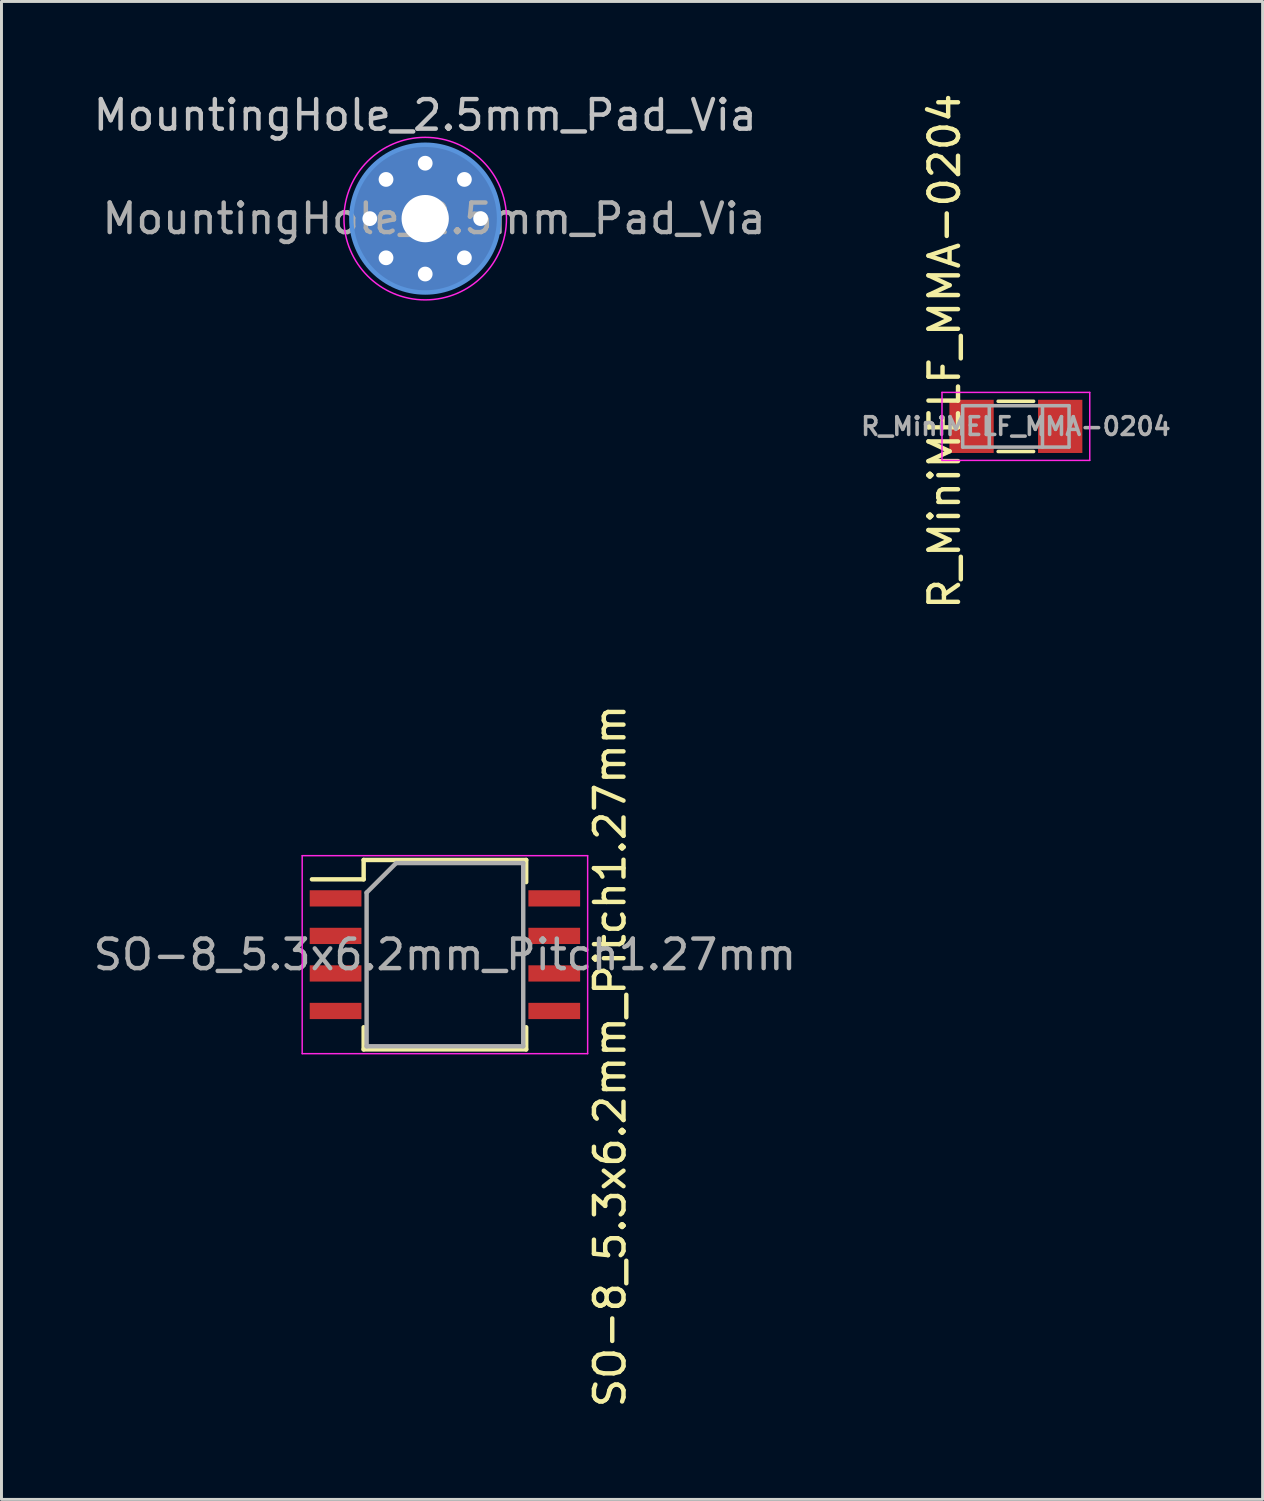
<source format=kicad_pcb>
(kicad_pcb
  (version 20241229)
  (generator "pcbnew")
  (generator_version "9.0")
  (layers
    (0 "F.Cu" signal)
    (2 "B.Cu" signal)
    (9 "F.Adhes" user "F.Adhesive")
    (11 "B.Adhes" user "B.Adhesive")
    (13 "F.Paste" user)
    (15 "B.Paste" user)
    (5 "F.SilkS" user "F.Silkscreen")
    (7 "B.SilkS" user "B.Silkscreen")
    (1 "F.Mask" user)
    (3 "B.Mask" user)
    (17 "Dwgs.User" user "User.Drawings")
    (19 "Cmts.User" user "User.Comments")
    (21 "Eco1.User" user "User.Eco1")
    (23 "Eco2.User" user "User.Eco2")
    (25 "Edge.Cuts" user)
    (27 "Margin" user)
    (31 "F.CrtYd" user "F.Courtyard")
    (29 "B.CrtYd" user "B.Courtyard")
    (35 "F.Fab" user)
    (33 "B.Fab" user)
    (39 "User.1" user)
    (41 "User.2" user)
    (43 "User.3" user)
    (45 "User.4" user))
  (footprint "MountingHole_2.5mm_Pad_Via"
    (layer "F.Cu")
    (at 11.339 4.348)
    (property "Reference" "MountingHole_2.5mm_Pad_Via" (at 0 -3.5 0) (layer "Dwgs.User") (effects (font (size 1 1) (thickness 0.15))))
    (attr exclude_from_pos_files exclude_from_bom)
    (fp_circle (center 0 0) (end 2.5 0) (stroke (width 0.15) (type solid)) (fill no) (layer "Cmts.User"))
    (fp_circle (center 0 0) (end 2.75 0) (stroke (width 0.05) (type solid)) (fill no) (layer "F.CrtYd"))
    (fp_text user "${REFERENCE}" (at 0.3 0 0) (layer "F.Fab") (effects (font (size 1 1) (thickness 0.15))))
    (pad "" thru_hole circle (at 0 0) (size 5 5) (drill 1.6) (layers "*.Cu" "*.Mask"))
    (pad "1" thru_hole circle (at -1.875 0) (size 0.8 0.8) (drill 0.5) (layers "*.Cu" "*.Mask"))
    (pad "1" thru_hole circle (at -1.326 -1.326) (size 0.8 0.8) (drill 0.5) (layers "*.Cu" "*.Mask"))
    (pad "1" thru_hole circle (at -1.326 1.326) (size 0.8 0.8) (drill 0.5) (layers "*.Cu" "*.Mask"))
    (pad "1" thru_hole circle (at 0 -1.875) (size 0.8 0.8) (drill 0.5) (layers "*.Cu" "*.Mask"))
    (pad "1" thru_hole circle (at 0 1.875) (size 0.8 0.8) (drill 0.5) (layers "*.Cu" "*.Mask"))
    (pad "1" thru_hole circle (at 1.326 -1.326) (size 0.8 0.8) (drill 0.5) (layers "*.Cu" "*.Mask"))
    (pad "1" thru_hole circle (at 1.326 1.326) (size 0.8 0.8) (drill 0.5) (layers "*.Cu" "*.Mask"))
    (pad "1" thru_hole circle (at 1.875 0) (size 0.8 0.8) (drill 0.5) (layers "*.Cu" "*.Mask")))
  (footprint "R_MiniMELF_MMA-0204"
    (layer "F.Cu")
    (at 31.327 11.379)
    (property "Reference" "R_MiniMELF_MMA-0204" (at -2.413 -2.54 90) (layer "F.SilkS") (effects (font (size 1 1) (thickness 0.15))))
    (attr smd)
    (fp_line (start -0.6 -0.85) (end 0.6 -0.85) (stroke (width 0.12) (type solid)) (layer "F.SilkS"))
    (fp_line (start 0.6 0.85) (end -0.6 0.85) (stroke (width 0.12) (type solid)) (layer "F.SilkS"))
    (fp_line (start -2.5 -1.15) (end -2.5 1.15) (stroke (width 0.05) (type solid)) (layer "F.CrtYd"))
    (fp_line (start -2.5 -1.15) (end 2.5 -1.15) (stroke (width 0.05) (type solid)) (layer "F.CrtYd"))
    (fp_line (start 2.5 1.15) (end -2.5 1.15) (stroke (width 0.05) (type solid)) (layer "F.CrtYd"))
    (fp_line (start 2.5 1.15) (end 2.5 -1.15) (stroke (width 0.05) (type solid)) (layer "F.CrtYd"))
    (fp_line (start -1.8 -0.7) (end -1.8 0.7) (stroke (width 0.12) (type solid)) (layer "F.Fab"))
    (fp_line (start -1.8 0.7) (end 1.8 0.7) (stroke (width 0.12) (type solid)) (layer "F.Fab"))
    (fp_line (start -0.9 -0.7) (end -0.9 0.7) (stroke (width 0.12) (type solid)) (layer "F.Fab"))
    (fp_line (start 0.9 0.7) (end 0.9 -0.7) (stroke (width 0.12) (type solid)) (layer "F.Fab"))
    (fp_line (start 1.8 -0.7) (end -1.8 -0.7) (stroke (width 0.12) (type solid)) (layer "F.Fab"))
    (fp_line (start 1.8 0.7) (end 1.8 -0.7) (stroke (width 0.12) (type solid)) (layer "F.Fab"))
    (fp_text user "${REFERENCE}" (at 0 0 0) (layer "F.Fab") (effects (font (size 0.6 0.6) (thickness 0.12))))
    (pad "1" smd rect (at -1.5 0) (size 1.5 1.8) (layers "F.Cu" "F.Mask" "F.Paste"))
    (pad "2" smd rect (at 1.5 0) (size 1.5 1.8) (layers "F.Cu" "F.Mask" "F.Paste")))
  (footprint "SO-8_5.3x6.2mm_Pitch1.27mm"
    (layer "F.Cu")
    (at 12.006 29.256)
    (property "Reference" "SO-8_5.3x6.2mm_Pitch1.27mm" (at 5.588 3.429 90) (layer "F.SilkS") (effects (font (size 1 1) (thickness 0.15))))
    (attr smd)
    (fp_line (start -2.75 -3.205) (end -2.75 -2.55) (stroke (width 0.15) (type solid)) (layer "F.SilkS"))
    (fp_line (start -2.75 -3.205) (end 2.75 -3.205) (stroke (width 0.15) (type solid)) (layer "F.SilkS"))
    (fp_line (start -2.75 -2.55) (end -4.5 -2.55) (stroke (width 0.15) (type solid)) (layer "F.SilkS"))
    (fp_line (start -2.75 3.205) (end -2.75 2.455) (stroke (width 0.15) (type solid)) (layer "F.SilkS"))
    (fp_line (start -2.75 3.205) (end 2.75 3.205) (stroke (width 0.15) (type solid)) (layer "F.SilkS"))
    (fp_line (start 2.75 -3.205) (end 2.75 -2.455) (stroke (width 0.15) (type solid)) (layer "F.SilkS"))
    (fp_line (start 2.75 3.205) (end 2.75 2.455) (stroke (width 0.15) (type solid)) (layer "F.SilkS"))
    (fp_line (start -4.83 -3.35) (end -4.83 3.35) (stroke (width 0.05) (type solid)) (layer "F.CrtYd"))
    (fp_line (start -4.83 -3.35) (end 4.83 -3.35) (stroke (width 0.05) (type solid)) (layer "F.CrtYd"))
    (fp_line (start -4.83 3.35) (end 4.83 3.35) (stroke (width 0.05) (type solid)) (layer "F.CrtYd"))
    (fp_line (start 4.83 -3.35) (end 4.83 3.35) (stroke (width 0.05) (type solid)) (layer "F.CrtYd"))
    (fp_line (start -2.65 -2.1) (end -1.65 -3.1) (stroke (width 0.15) (type solid)) (layer "F.Fab"))
    (fp_line (start -2.65 3.1) (end -2.65 -2.1) (stroke (width 0.15) (type solid)) (layer "F.Fab"))
    (fp_line (start -1.65 -3.1) (end 2.65 -3.1) (stroke (width 0.15) (type solid)) (layer "F.Fab"))
    (fp_line (start 2.65 -3.1) (end 2.65 3.1) (stroke (width 0.15) (type solid)) (layer "F.Fab"))
    (fp_line (start 2.65 3.1) (end -2.65 3.1) (stroke (width 0.15) (type solid)) (layer "F.Fab"))
    (fp_text user "${REFERENCE}" (at 0 0 0) (layer "F.Fab") (effects (font (size 1 1) (thickness 0.15))))
    (pad "1" smd rect (at -3.7 -1.905) (size 1.75 0.55) (layers "F.Cu" "F.Mask" "F.Paste"))
    (pad "2" smd rect (at -3.7 -0.635) (size 1.75 0.55) (layers "F.Cu" "F.Mask" "F.Paste"))
    (pad "3" smd rect (at -3.7 0.635) (size 1.75 0.55) (layers "F.Cu" "F.Mask" "F.Paste"))
    (pad "4" smd rect (at -3.7 1.905) (size 1.75 0.55) (layers "F.Cu" "F.Mask" "F.Paste"))
    (pad "5" smd rect (at 3.7 1.905) (size 1.75 0.55) (layers "F.Cu" "F.Mask" "F.Paste"))
    (pad "6" smd rect (at 3.7 0.635) (size 1.75 0.55) (layers "F.Cu" "F.Mask" "F.Paste"))
    (pad "7" smd rect (at 3.7 -0.635) (size 1.75 0.55) (layers "F.Cu" "F.Mask" "F.Paste"))
    (pad "8" smd rect (at 3.7 -1.905) (size 1.75 0.55) (layers "F.Cu" "F.Mask" "F.Paste")))
  (gr_rect
    (start -3 -3)
    (end 39.676 47.69)
    (stroke (width 0.1) (type default))
    (fill no)
    (layer "Edge.Cuts")))
</source>
